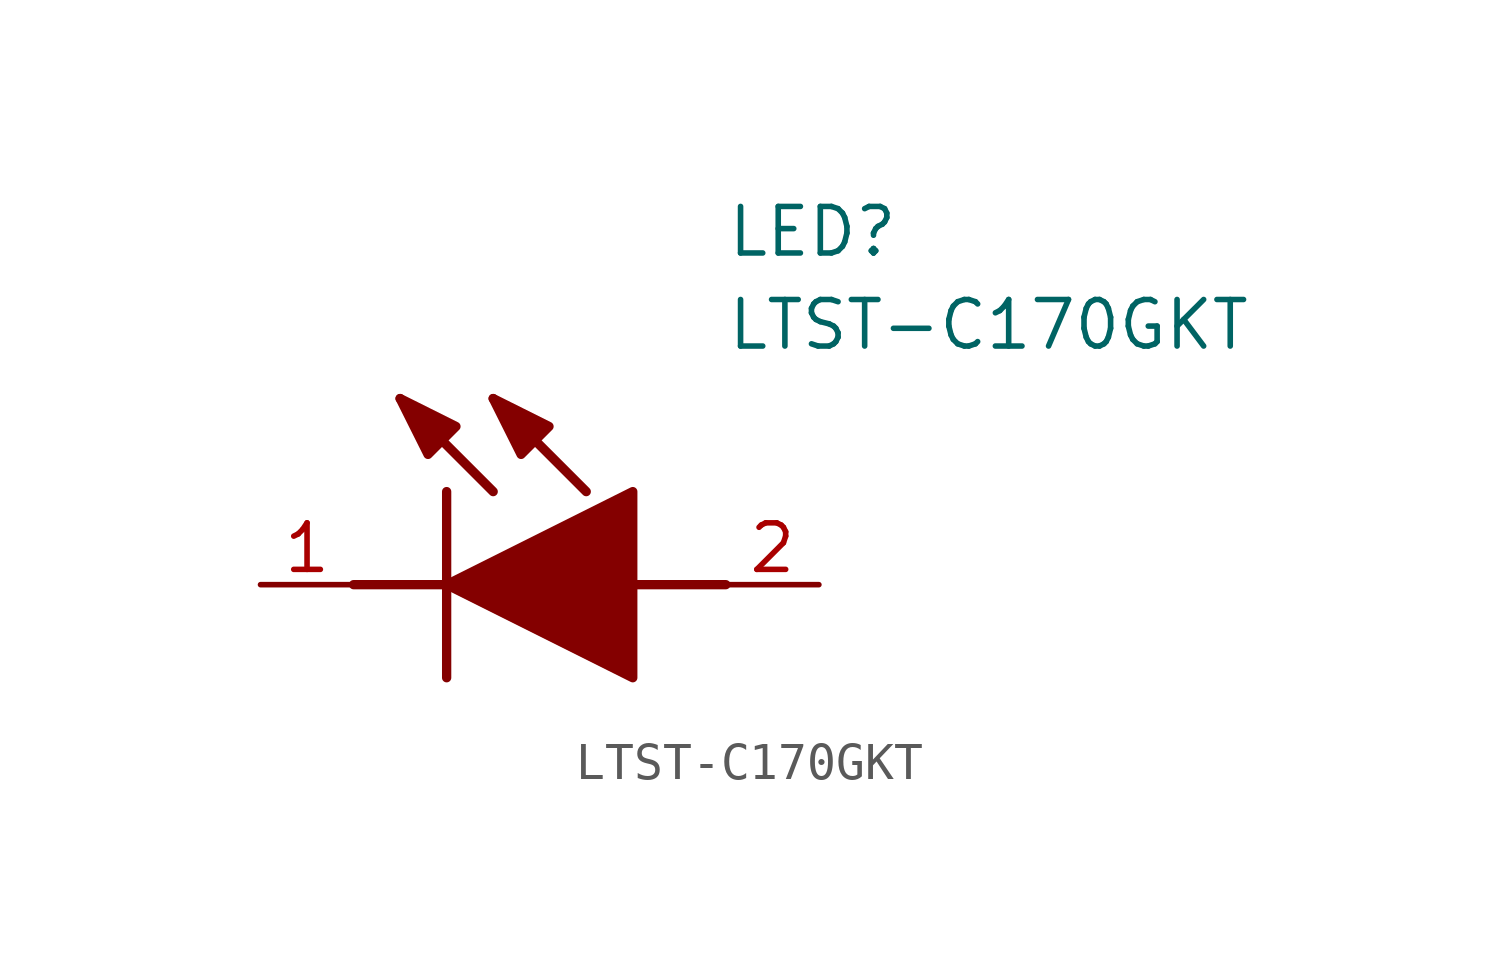
<source format=kicad_sym>
(kicad_symbol_lib
  (version 20220914)
  (generator kicad_symbol_editor)
  (symbol "LTST-C170GKT"
    (pin_names hide)
    (property "Reference" "LED"
      (at 12.7 8.89 0)
      (effects (font (size 1.27 1.27)) (justify left bottom)))
    (property "Value" "LTST-C170GKT"
      (at 12.7 6.35 0)
      (effects (font (size 1.27 1.27)) (justify left bottom)))
    (symbol "LTST-C170GKT_1_1"
      (polyline (pts (xy 2.54 0) (xy 5.08 0)) (stroke (width 0.254) (type default)) (fill (type none)))
      (polyline (pts (xy 5.08 2.54) (xy 5.08 -2.54)) (stroke (width 0.254) (type default)) (fill (type none)))
      (polyline (pts (xy 6.35 2.54) (xy 3.81 5.08)) (stroke (width 0.254) (type default)) (fill (type none)))
      (polyline (pts (xy 8.89 2.54) (xy 6.35 5.08)) (stroke (width 0.254) (type default)) (fill (type none)))
      (polyline (pts (xy 10.16 0) (xy 12.7 0)) (stroke (width 0.254) (type default)) (fill (type none)))
      (polyline (pts (xy 5.08 0) (xy 10.16 2.54) (xy 10.16 -2.54) (xy 5.08 0)) (stroke (width 0.254) (type default)) (fill (type outline)))
      (polyline (pts (xy 5.334 4.318) (xy 4.572 3.556) (xy 3.81 5.08) (xy 5.334 4.318)) (stroke (width 0.254) (type default)) (fill (type outline)))
      (polyline (pts (xy 7.874 4.318) (xy 7.112 3.556) (xy 6.35 5.08) (xy 7.874 4.318)) (stroke (width 0.254) (type default)) (fill (type outline)))
      (pin passive line (at 0 0 0) (length 2.54) (name "K" (effects (font (size 1.27 1.27)))) (number "1" (effects (font (size 1.27 1.27)))))
      (pin passive line (at 15.24 0 180) (length 2.54) (name "A" (effects (font (size 1.27 1.27)))) (number "2" (effects (font (size 1.27 1.27))))))))
</source>
